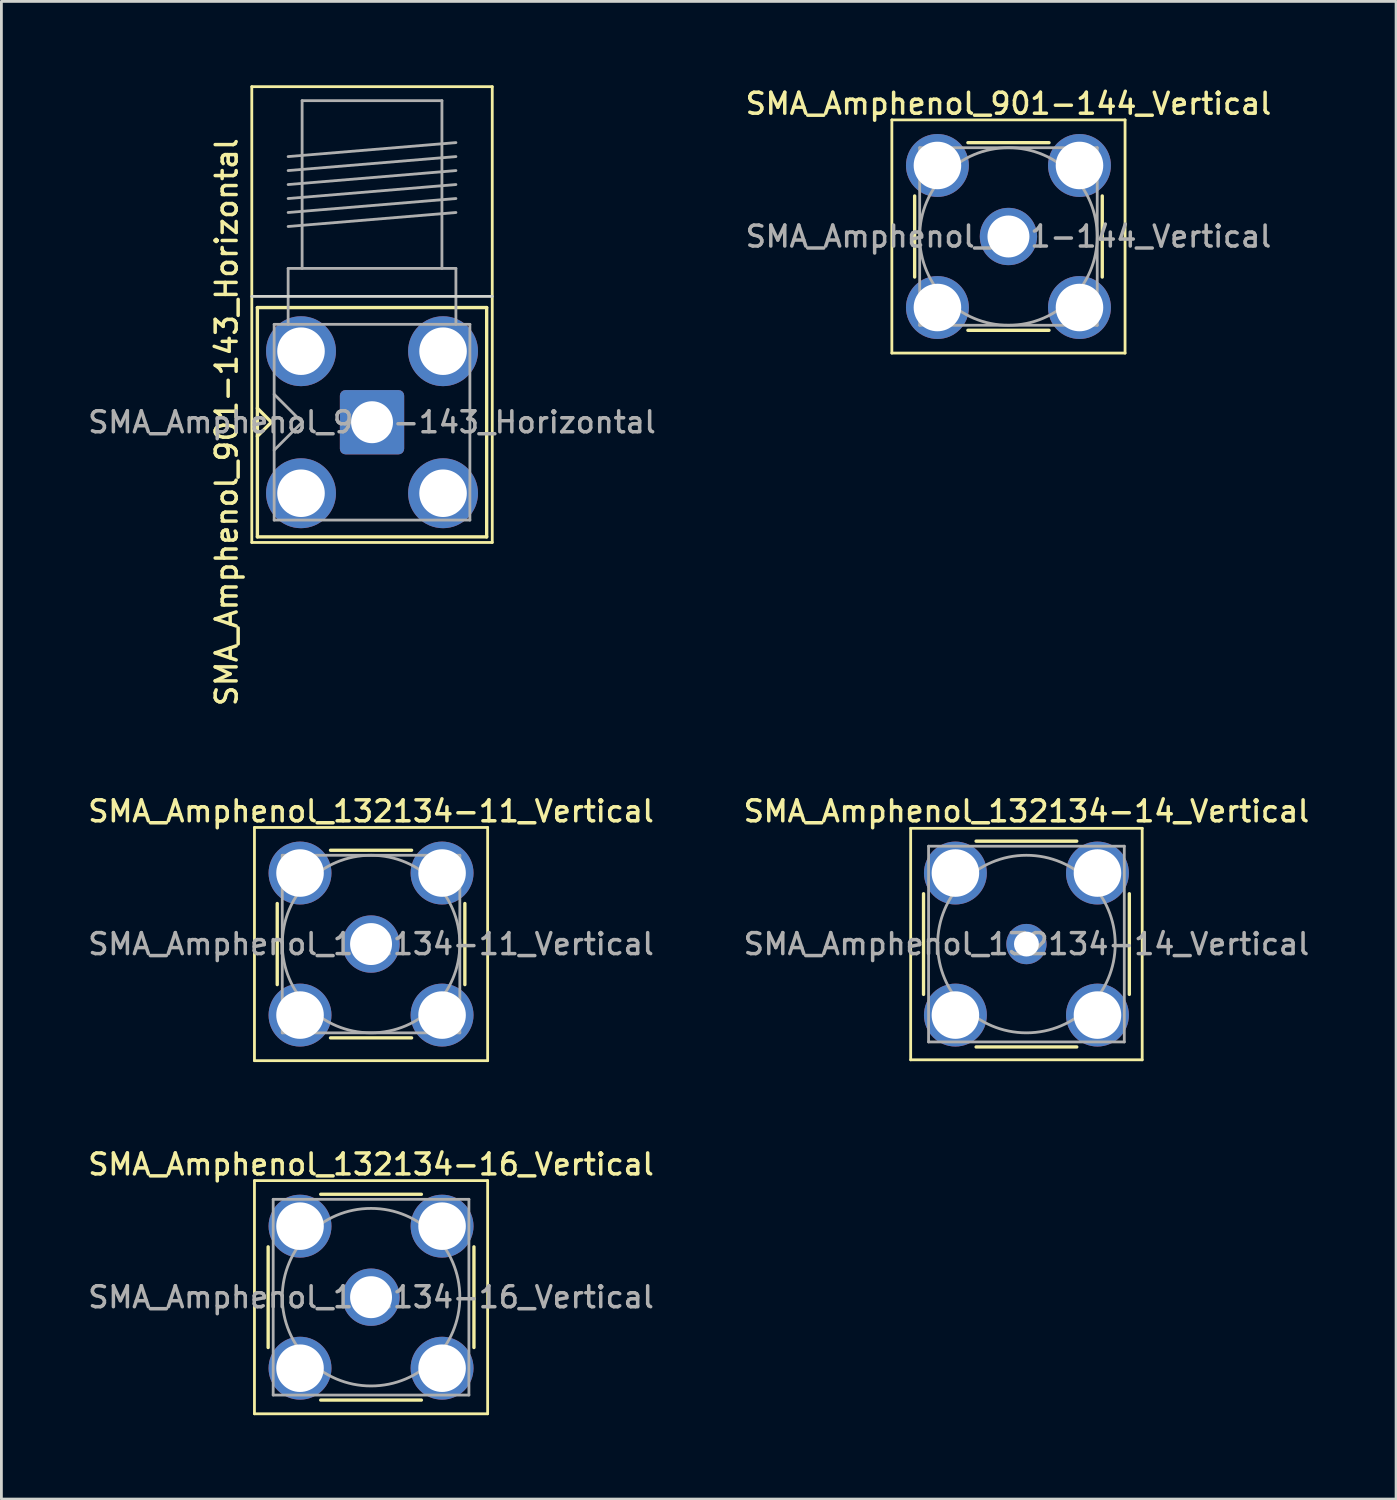
<source format=kicad_pcb>
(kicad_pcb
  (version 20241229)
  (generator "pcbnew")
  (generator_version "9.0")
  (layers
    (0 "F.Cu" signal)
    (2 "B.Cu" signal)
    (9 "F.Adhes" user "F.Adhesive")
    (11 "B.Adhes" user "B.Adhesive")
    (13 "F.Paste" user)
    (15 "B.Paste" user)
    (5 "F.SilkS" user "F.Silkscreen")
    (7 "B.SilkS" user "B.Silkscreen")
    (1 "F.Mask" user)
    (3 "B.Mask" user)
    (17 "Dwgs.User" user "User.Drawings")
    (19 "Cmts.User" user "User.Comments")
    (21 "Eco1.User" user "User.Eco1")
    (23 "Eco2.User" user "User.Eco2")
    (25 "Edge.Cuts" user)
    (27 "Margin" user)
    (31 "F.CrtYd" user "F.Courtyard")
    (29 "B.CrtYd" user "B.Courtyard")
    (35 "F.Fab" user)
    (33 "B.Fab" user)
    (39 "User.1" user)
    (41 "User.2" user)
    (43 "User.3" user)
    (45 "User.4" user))
  (footprint "SMA_Amphenol_901-143_Horizontal"
    (layer "F.Cu")
    (at 10.255 12.05)
    (property "Reference" "SMA_Amphenol_901-143_Horizontal" (at -5.2 0 90) (layer "F.SilkS") (effects (font (size 0.75 0.75) (thickness 0.125))))
    (attr through_hole)
    (fp_line (start -4.3 -12) (end -4.3 4.3) (stroke (width 0.1) (type solid)) (layer "F.SilkS"))
    (fp_line (start -4.3 -12) (end 4.3 -12) (stroke (width 0.1) (type solid)) (layer "F.SilkS"))
    (fp_line (start -4.1 -4.1) (end -4.1 4.1) (stroke (width 0.12) (type solid)) (layer "F.SilkS"))
    (fp_line (start -4.1 -4.1) (end 4.1 -4.1) (stroke (width 0.12) (type solid)) (layer "F.SilkS"))
    (fp_line (start -4.1 0.5) (end -3.6 0) (stroke (width 0.12) (type solid)) (layer "F.SilkS"))
    (fp_line (start -4.1 4.1) (end 4.1 4.1) (stroke (width 0.12) (type solid)) (layer "F.SilkS"))
    (fp_line (start -3.6 0) (end -4.1 -0.5) (stroke (width 0.12) (type solid)) (layer "F.SilkS"))
    (fp_line (start 4.1 -4.1) (end 4.1 4.1) (stroke (width 0.12) (type solid)) (layer "F.SilkS"))
    (fp_line (start 4.3 4.3) (end -4.3 4.3) (stroke (width 0.1) (type solid)) (layer "F.SilkS"))
    (fp_line (start 4.3 4.3) (end 4.3 -12) (stroke (width 0.1) (type solid)) (layer "F.SilkS"))
    (fp_line (start 4.3 -4.5) (end -4.3 -4.5) (stroke (width 0.1) (type solid)) (layer "Edge.Cuts"))
    (fp_line (start -3.5 -3.5) (end -3.5 3.5) (stroke (width 0.1) (type solid)) (layer "F.Fab"))
    (fp_line (start -3.5 -3.5) (end 3.5 -3.5) (stroke (width 0.1) (type solid)) (layer "F.Fab"))
    (fp_line (start -3.5 -1) (end -2.5 0) (stroke (width 0.1) (type solid)) (layer "F.Fab"))
    (fp_line (start -3.5 3.5) (end 3.5 3.5) (stroke (width 0.1) (type solid)) (layer "F.Fab"))
    (fp_line (start -3 -9.5) (end 3 -10) (stroke (width 0.1) (type solid)) (layer "F.Fab"))
    (fp_line (start -3 -9) (end 3 -9.5) (stroke (width 0.1) (type solid)) (layer "F.Fab"))
    (fp_line (start -3 -8.5) (end 3 -9) (stroke (width 0.1) (type solid)) (layer "F.Fab"))
    (fp_line (start -3 -8) (end 3 -8.5) (stroke (width 0.1) (type solid)) (layer "F.Fab"))
    (fp_line (start -3 -7.5) (end 3 -8) (stroke (width 0.1) (type solid)) (layer "F.Fab"))
    (fp_line (start -3 -7) (end 3 -7.5) (stroke (width 0.1) (type solid)) (layer "F.Fab"))
    (fp_line (start -3 -5.5) (end -3 -3.5) (stroke (width 0.1) (type solid)) (layer "F.Fab"))
    (fp_line (start -2.5 -11.5) (end -2.5 -5.5) (stroke (width 0.1) (type solid)) (layer "F.Fab"))
    (fp_line (start -2.5 -11.5) (end 2.5 -11.5) (stroke (width 0.1) (type solid)) (layer "F.Fab"))
    (fp_line (start -2.5 0) (end -3.5 1) (stroke (width 0.1) (type solid)) (layer "F.Fab"))
    (fp_line (start 2.5 -11.5) (end 2.5 -5.5) (stroke (width 0.1) (type solid)) (layer "F.Fab"))
    (fp_line (start 3 -5.5) (end -3 -5.5) (stroke (width 0.1) (type solid)) (layer "F.Fab"))
    (fp_line (start 3 -5.5) (end 3 -3.5) (stroke (width 0.1) (type solid)) (layer "F.Fab"))
    (fp_line (start 3.5 -3.5) (end 3.5 3.5) (stroke (width 0.1) (type solid)) (layer "F.Fab"))
    (fp_text user "${REFERENCE}" (at 0 0 0) (layer "F.Fab") (effects (font (size 0.75 0.75) (thickness 0.125))))
    (pad "1" thru_hole roundrect (at 0 0) (size 2.3 2.3) (drill 1.5) (layers "*.Cu" "*.Mask") (remove_unused_layers yes) (keep_end_layers yes) (zone_layer_connections) (roundrect_rratio 0.087))
    (pad "2" thru_hole circle (at -2.54 -2.54) (size 2.5 2.5) (drill 1.7) (layers "*.Cu" "*.Mask") (remove_unused_layers yes) (keep_end_layers yes) (zone_layer_connections))
    (pad "2" thru_hole circle (at -2.54 2.54) (size 2.5 2.5) (drill 1.7) (layers "*.Cu" "*.Mask") (remove_unused_layers yes) (keep_end_layers yes) (zone_layer_connections))
    (pad "2" thru_hole circle (at 2.54 -2.54) (size 2.5 2.5) (drill 1.7) (layers "*.Cu" "*.Mask") (remove_unused_layers yes) (keep_end_layers yes) (zone_layer_connections))
    (pad "2" thru_hole circle (at 2.54 2.54) (size 2.5 2.5) (drill 1.7) (layers "*.Cu" "*.Mask") (remove_unused_layers yes) (keep_end_layers yes) (zone_layer_connections)))
  (footprint "SMA_Amphenol_132134-11_Vertical"
    (layer "F.Cu")
    (at 10.22 30.713)
    (property "Reference" "SMA_Amphenol_132134-11_Vertical" (at 0 -4.75 0) (layer "F.SilkS") (effects (font (size 0.75 0.75) (thickness 0.125))))
    (attr through_hole)
    (fp_line (start -4.17 -4.17) (end -4.17 4.17) (stroke (width 0.1) (type solid)) (layer "F.SilkS"))
    (fp_line (start -4.17 -4.17) (end 4.17 -4.17) (stroke (width 0.1) (type solid)) (layer "F.SilkS"))
    (fp_line (start -3.355 -1.45) (end -3.355 1.45) (stroke (width 0.12) (type solid)) (layer "F.SilkS"))
    (fp_line (start -1.45 -3.355) (end 1.45 -3.355) (stroke (width 0.12) (type solid)) (layer "F.SilkS"))
    (fp_line (start -1.45 3.355) (end 1.45 3.355) (stroke (width 0.12) (type solid)) (layer "F.SilkS"))
    (fp_line (start 3.355 -1.45) (end 3.355 1.45) (stroke (width 0.12) (type solid)) (layer "F.SilkS"))
    (fp_line (start 4.17 4.17) (end -4.17 4.17) (stroke (width 0.1) (type solid)) (layer "F.SilkS"))
    (fp_line (start 4.17 4.17) (end 4.17 -4.17) (stroke (width 0.1) (type solid)) (layer "F.SilkS"))
    (fp_line (start -3.175 -3.175) (end -3.175 3.175) (stroke (width 0.1) (type solid)) (layer "F.Fab"))
    (fp_line (start -3.175 -3.175) (end 3.175 -3.175) (stroke (width 0.1) (type solid)) (layer "F.Fab"))
    (fp_line (start -3.175 3.175) (end 3.175 3.175) (stroke (width 0.1) (type solid)) (layer "F.Fab"))
    (fp_line (start 3.175 -3.175) (end 3.175 3.175) (stroke (width 0.1) (type solid)) (layer "F.Fab"))
    (fp_circle (center 0 0) (end 3.175 0) (stroke (width 0.1) (type solid)) (fill no) (layer "F.Fab"))
    (fp_text user "${REFERENCE}" (at 0 0 0) (layer "F.Fab") (effects (font (size 0.75 0.75) (thickness 0.125))))
    (pad "1" thru_hole circle (at 0 0) (size 2.05 2.05) (drill 1.5) (layers "*.Cu" "*.Mask"))
    (pad "2" thru_hole circle (at -2.54 -2.54) (size 2.25 2.25) (drill 1.7) (layers "*.Cu" "*.Mask"))
    (pad "2" thru_hole circle (at -2.54 2.54) (size 2.25 2.25) (drill 1.7) (layers "*.Cu" "*.Mask"))
    (pad "2" thru_hole circle (at 2.54 -2.54) (size 2.25 2.25) (drill 1.7) (layers "*.Cu" "*.Mask"))
    (pad "2" thru_hole circle (at 2.54 2.54) (size 2.25 2.25) (drill 1.7) (layers "*.Cu" "*.Mask")))
  (footprint "SMA_Amphenol_132134-16_Vertical"
    (layer "F.Cu")
    (at 10.22 43.342)
    (property "Reference" "SMA_Amphenol_132134-16_Vertical" (at 0 -4.75 0) (layer "F.SilkS") (effects (font (size 0.75 0.75) (thickness 0.125))))
    (attr through_hole)
    (fp_line (start -4.17 -4.17) (end -4.17 4.17) (stroke (width 0.1) (type solid)) (layer "F.SilkS"))
    (fp_line (start -4.17 -4.17) (end 4.17 -4.17) (stroke (width 0.1) (type solid)) (layer "F.SilkS"))
    (fp_line (start -3.68 -1.8) (end -3.68 1.8) (stroke (width 0.12) (type solid)) (layer "F.SilkS"))
    (fp_line (start -1.8 -3.68) (end 1.8 -3.68) (stroke (width 0.12) (type solid)) (layer "F.SilkS"))
    (fp_line (start -1.8 3.68) (end 1.8 3.68) (stroke (width 0.12) (type solid)) (layer "F.SilkS"))
    (fp_line (start 3.68 -1.8) (end 3.68 1.8) (stroke (width 0.12) (type solid)) (layer "F.SilkS"))
    (fp_line (start 4.17 4.17) (end -4.17 4.17) (stroke (width 0.1) (type solid)) (layer "F.SilkS"))
    (fp_line (start 4.17 4.17) (end 4.17 -4.17) (stroke (width 0.1) (type solid)) (layer "F.SilkS"))
    (fp_line (start -3.5 -3.5) (end -3.5 3.5) (stroke (width 0.1) (type solid)) (layer "F.Fab"))
    (fp_line (start -3.5 -3.5) (end 3.5 -3.5) (stroke (width 0.1) (type solid)) (layer "F.Fab"))
    (fp_line (start -3.5 3.5) (end 3.5 3.5) (stroke (width 0.1) (type solid)) (layer "F.Fab"))
    (fp_line (start 3.5 -3.5) (end 3.5 3.5) (stroke (width 0.1) (type solid)) (layer "F.Fab"))
    (fp_circle (center 0 0) (end 3.175 0) (stroke (width 0.1) (type solid)) (fill no) (layer "F.Fab"))
    (fp_text user "${REFERENCE}" (at 0 0 0) (layer "F.Fab") (effects (font (size 0.75 0.75) (thickness 0.125))))
    (pad "1" thru_hole circle (at 0 0) (size 2.05 2.05) (drill 1.5) (layers "*.Cu" "*.Mask"))
    (pad "2" thru_hole circle (at -2.54 -2.54) (size 2.25 2.25) (drill 1.7) (layers "*.Cu" "*.Mask"))
    (pad "2" thru_hole circle (at -2.54 2.54) (size 2.25 2.25) (drill 1.7) (layers "*.Cu" "*.Mask"))
    (pad "2" thru_hole circle (at 2.54 -2.54) (size 2.25 2.25) (drill 1.7) (layers "*.Cu" "*.Mask"))
    (pad "2" thru_hole circle (at 2.54 2.54) (size 2.25 2.25) (drill 1.7) (layers "*.Cu" "*.Mask")))
  (footprint "SMA_Amphenol_132134-14_Vertical"
    (layer "F.Cu")
    (at 33.659 30.713)
    (property "Reference" "SMA_Amphenol_132134-14_Vertical" (at 0 -4.75 0) (layer "F.SilkS") (effects (font (size 0.75 0.75) (thickness 0.125))))
    (attr through_hole)
    (fp_line (start -4.14 -4.14) (end -4.14 4.14) (stroke (width 0.1) (type solid)) (layer "F.SilkS"))
    (fp_line (start -4.14 -4.14) (end 4.14 -4.14) (stroke (width 0.1) (type solid)) (layer "F.SilkS"))
    (fp_line (start -3.68 -1.8) (end -3.68 1.8) (stroke (width 0.12) (type solid)) (layer "F.SilkS"))
    (fp_line (start -1.8 -3.68) (end 1.8 -3.68) (stroke (width 0.12) (type solid)) (layer "F.SilkS"))
    (fp_line (start -1.8 3.68) (end 1.8 3.68) (stroke (width 0.12) (type solid)) (layer "F.SilkS"))
    (fp_line (start 3.68 -1.8) (end 3.68 1.8) (stroke (width 0.12) (type solid)) (layer "F.SilkS"))
    (fp_line (start 4.14 4.14) (end -4.14 4.14) (stroke (width 0.1) (type solid)) (layer "F.SilkS"))
    (fp_line (start 4.14 4.14) (end 4.14 -4.14) (stroke (width 0.1) (type solid)) (layer "F.SilkS"))
    (fp_line (start -3.5 -3.5) (end -3.5 3.5) (stroke (width 0.1) (type solid)) (layer "F.Fab"))
    (fp_line (start -3.5 -3.5) (end 3.5 -3.5) (stroke (width 0.1) (type solid)) (layer "F.Fab"))
    (fp_line (start -3.5 3.5) (end 3.5 3.5) (stroke (width 0.1) (type solid)) (layer "F.Fab"))
    (fp_line (start 3.5 -3.5) (end 3.5 3.5) (stroke (width 0.1) (type solid)) (layer "F.Fab"))
    (fp_circle (center 0 0) (end 3.175 0) (stroke (width 0.1) (type solid)) (fill no) (layer "F.Fab"))
    (fp_text user "${REFERENCE}" (at 0 0 0) (layer "F.Fab") (effects (font (size 0.75 0.75) (thickness 0.125))))
    (pad "1" thru_hole circle (at 0 0) (size 1.44 1.44) (drill 0.89) (layers "*.Cu" "*.Mask"))
    (pad "2" thru_hole circle (at -2.54 -2.54) (size 2.25 2.25) (drill 1.7) (layers "*.Cu" "*.Mask"))
    (pad "2" thru_hole circle (at -2.54 2.54) (size 2.25 2.25) (drill 1.7) (layers "*.Cu" "*.Mask"))
    (pad "2" thru_hole circle (at 2.54 -2.54) (size 2.25 2.25) (drill 1.7) (layers "*.Cu" "*.Mask"))
    (pad "2" thru_hole circle (at 2.54 2.54) (size 2.25 2.25) (drill 1.7) (layers "*.Cu" "*.Mask")))
  (footprint "SMA_Amphenol_901-144_Vertical"
    (layer "F.Cu")
    (at 33.016 5.408)
    (property "Reference" "SMA_Amphenol_901-144_Vertical" (at 0 -4.75 0) (layer "F.SilkS") (effects (font (size 0.75 0.75) (thickness 0.125))))
    (attr through_hole)
    (fp_line (start -4.17 -4.17) (end -4.17 4.17) (stroke (width 0.1) (type solid)) (layer "F.SilkS"))
    (fp_line (start -4.17 -4.17) (end 4.17 -4.17) (stroke (width 0.1) (type solid)) (layer "F.SilkS"))
    (fp_line (start -3.355 -1.45) (end -3.355 1.45) (stroke (width 0.12) (type solid)) (layer "F.SilkS"))
    (fp_line (start -1.45 -3.355) (end 1.45 -3.355) (stroke (width 0.12) (type solid)) (layer "F.SilkS"))
    (fp_line (start -1.45 3.355) (end 1.45 3.355) (stroke (width 0.12) (type solid)) (layer "F.SilkS"))
    (fp_line (start 3.355 -1.45) (end 3.355 1.45) (stroke (width 0.12) (type solid)) (layer "F.SilkS"))
    (fp_line (start 4.17 4.17) (end -4.17 4.17) (stroke (width 0.1) (type solid)) (layer "F.SilkS"))
    (fp_line (start 4.17 4.17) (end 4.17 -4.17) (stroke (width 0.1) (type solid)) (layer "F.SilkS"))
    (fp_line (start -3.175 -3.175) (end -3.175 3.175) (stroke (width 0.1) (type solid)) (layer "F.Fab"))
    (fp_line (start -3.175 -3.175) (end 3.175 -3.175) (stroke (width 0.1) (type solid)) (layer "F.Fab"))
    (fp_line (start -3.175 3.175) (end 3.175 3.175) (stroke (width 0.1) (type solid)) (layer "F.Fab"))
    (fp_line (start 3.175 -3.175) (end 3.175 3.175) (stroke (width 0.1) (type solid)) (layer "F.Fab"))
    (fp_circle (center 0 0) (end 3.175 0) (stroke (width 0.1) (type solid)) (fill no) (layer "F.Fab"))
    (fp_text user "${REFERENCE}" (at 0 0 0) (layer "F.Fab") (effects (font (size 0.75 0.75) (thickness 0.125))))
    (pad "1" thru_hole circle (at 0 0) (size 2.05 2.05) (drill 1.5) (layers "*.Cu" "*.Mask"))
    (pad "2" thru_hole circle (at -2.54 -2.54) (size 2.25 2.25) (drill 1.7) (layers "*.Cu" "*.Mask"))
    (pad "2" thru_hole circle (at -2.54 2.54) (size 2.25 2.25) (drill 1.7) (layers "*.Cu" "*.Mask"))
    (pad "2" thru_hole circle (at 2.54 -2.54) (size 2.25 2.25) (drill 1.7) (layers "*.Cu" "*.Mask"))
    (pad "2" thru_hole circle (at 2.54 2.54) (size 2.25 2.25) (drill 1.7) (layers "*.Cu" "*.Mask")))
  (gr_rect
    (start -3 -3)
    (end 46.879 50.562)
    (stroke (width 0.1) (type default))
    (fill no)
    (layer "Edge.Cuts")))
</source>
